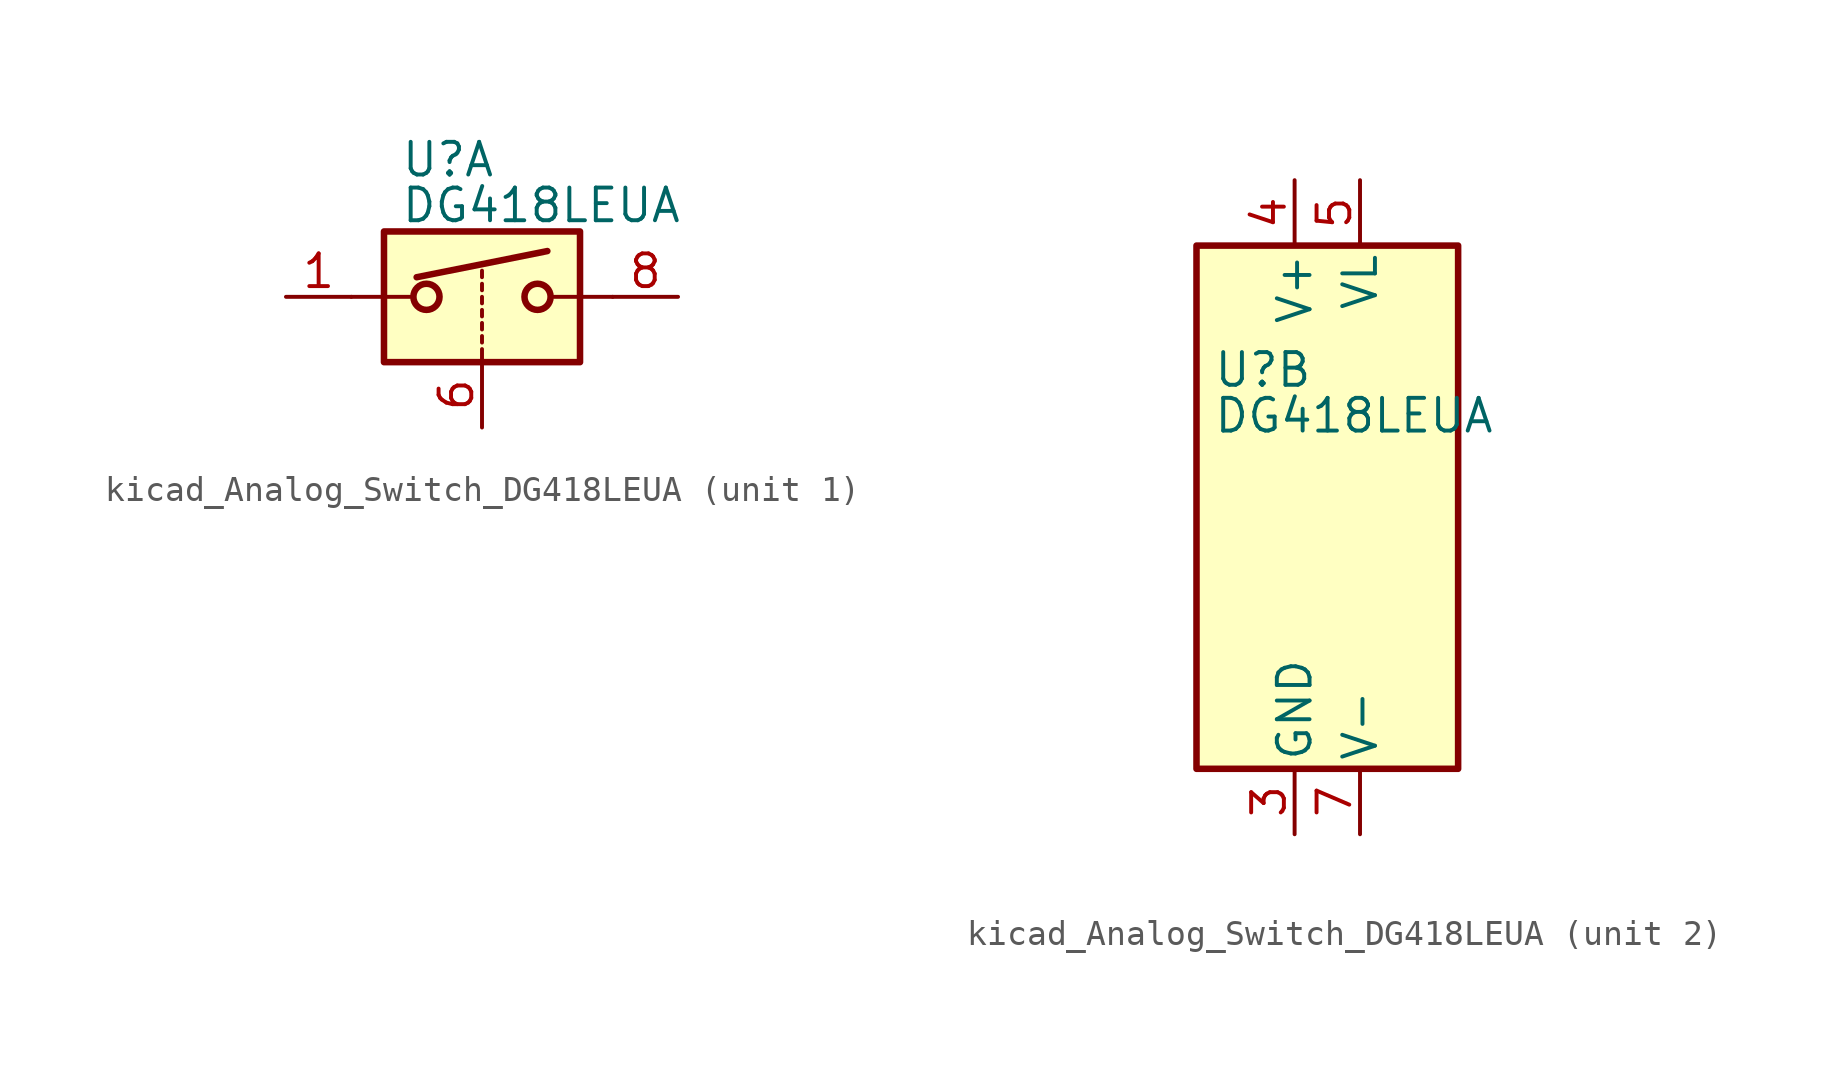
<source format=kicad_sym>
(kicad_symbol_lib
  (version 20220914)
  (generator kicad_symbol_editor)
  (symbol "kicad_Analog_Switch_DG418LEUA"
    (pin_names
      (offset 0.254))
    (property "Reference" "U"
      (at -3.175 5.334 0)
      (effects (font (size 1.27 1.27)) (justify left)))
    (property "Value" "DG418LEUA"
      (at -3.175 3.556 0)
      (effects (font (size 1.27 1.27)) (justify left)))
    (symbol "kicad_Analog_Switch_DG418LEUA_1_1"
      (rectangle (start -3.81 2.54) (end 3.81 -2.54) (stroke (width 0.254) (type default)) (fill (type background)))
      (circle (center -2.159 0) (radius 0.508) (stroke (width 0.254) (type default)) (fill (type none)))
      (polyline (pts (xy -5.08 0) (xy -2.794 0)) (stroke (width 0) (type default)) (fill (type none)))
      (polyline (pts (xy -2.54 0.762) (xy 2.54 1.778)) (stroke (width 0.254) (type default)) (fill (type none)))
      (polyline (pts (xy 0 -2.54) (xy 0 -2.032)) (stroke (width 0) (type default)) (fill (type none)))
      (polyline (pts (xy 0 -1.778) (xy 0 -1.524)) (stroke (width 0) (type default)) (fill (type none)))
      (polyline (pts (xy 0 -1.27) (xy 0 -1.016)) (stroke (width 0) (type default)) (fill (type none)))
      (polyline (pts (xy 0 -0.762) (xy 0 -0.508)) (stroke (width 0) (type default)) (fill (type none)))
      (polyline (pts (xy 0 -0.254) (xy 0 0)) (stroke (width 0) (type default)) (fill (type none)))
      (polyline (pts (xy 0 0.254) (xy 0 0.508)) (stroke (width 0) (type default)) (fill (type none)))
      (polyline (pts (xy 0 0.762) (xy 0 1.016)) (stroke (width 0) (type default)) (fill (type none)))
      (polyline (pts (xy 5.08 0) (xy 2.794 0)) (stroke (width 0) (type default)) (fill (type none)))
      (circle (center 2.159 0) (radius 0.508) (stroke (width 0.254) (type default)) (fill (type none)))
      (pin passive line (at -7.62 0 0) (length 2.54) (name "~" (effects (font (size 1.27 1.27)))) (number "1" (effects (font (size 1.27 1.27)))))
      (pin input line (at 0 -5.08 90) (length 2.54) (name "~" (effects (font (size 1.27 1.27)))) (number "6" (effects (font (size 1.27 1.27)))))
      (pin passive line (at 7.62 0 180) (length 2.54) (name "~" (effects (font (size 1.27 1.27)))) (number "8" (effects (font (size 1.27 1.27))))))
    (symbol "kicad_Analog_Switch_DG418LEUA_2_0"
      (pin no_connect line (at -2.54 10.16 270) (length 2.54) hide (name "NC" (effects (font (size 1.27 1.27)))) (number "2" (effects (font (size 1.27 1.27)))))
      (pin power_in line (at 0 -12.7 90) (length 2.54) (name "GND" (effects (font (size 1.27 1.27)))) (number "3" (effects (font (size 1.27 1.27)))))
      (pin power_in line (at 0 12.7 270) (length 2.54) (name "V+" (effects (font (size 1.27 1.27)))) (number "4" (effects (font (size 1.27 1.27)))))
      (pin power_in line (at 2.54 12.7 270) (length 2.54) (name "VL" (effects (font (size 1.27 1.27)))) (number "5" (effects (font (size 1.27 1.27)))))
      (pin power_in line (at 2.54 -12.7 90) (length 2.54) (name "V-" (effects (font (size 1.27 1.27)))) (number "7" (effects (font (size 1.27 1.27))))))
    (symbol "kicad_Analog_Switch_DG418LEUA_2_1"
      (rectangle (start -3.81 10.16) (end 6.35 -10.16) (stroke (width 0.254) (type default)) (fill (type background))))))
</source>
